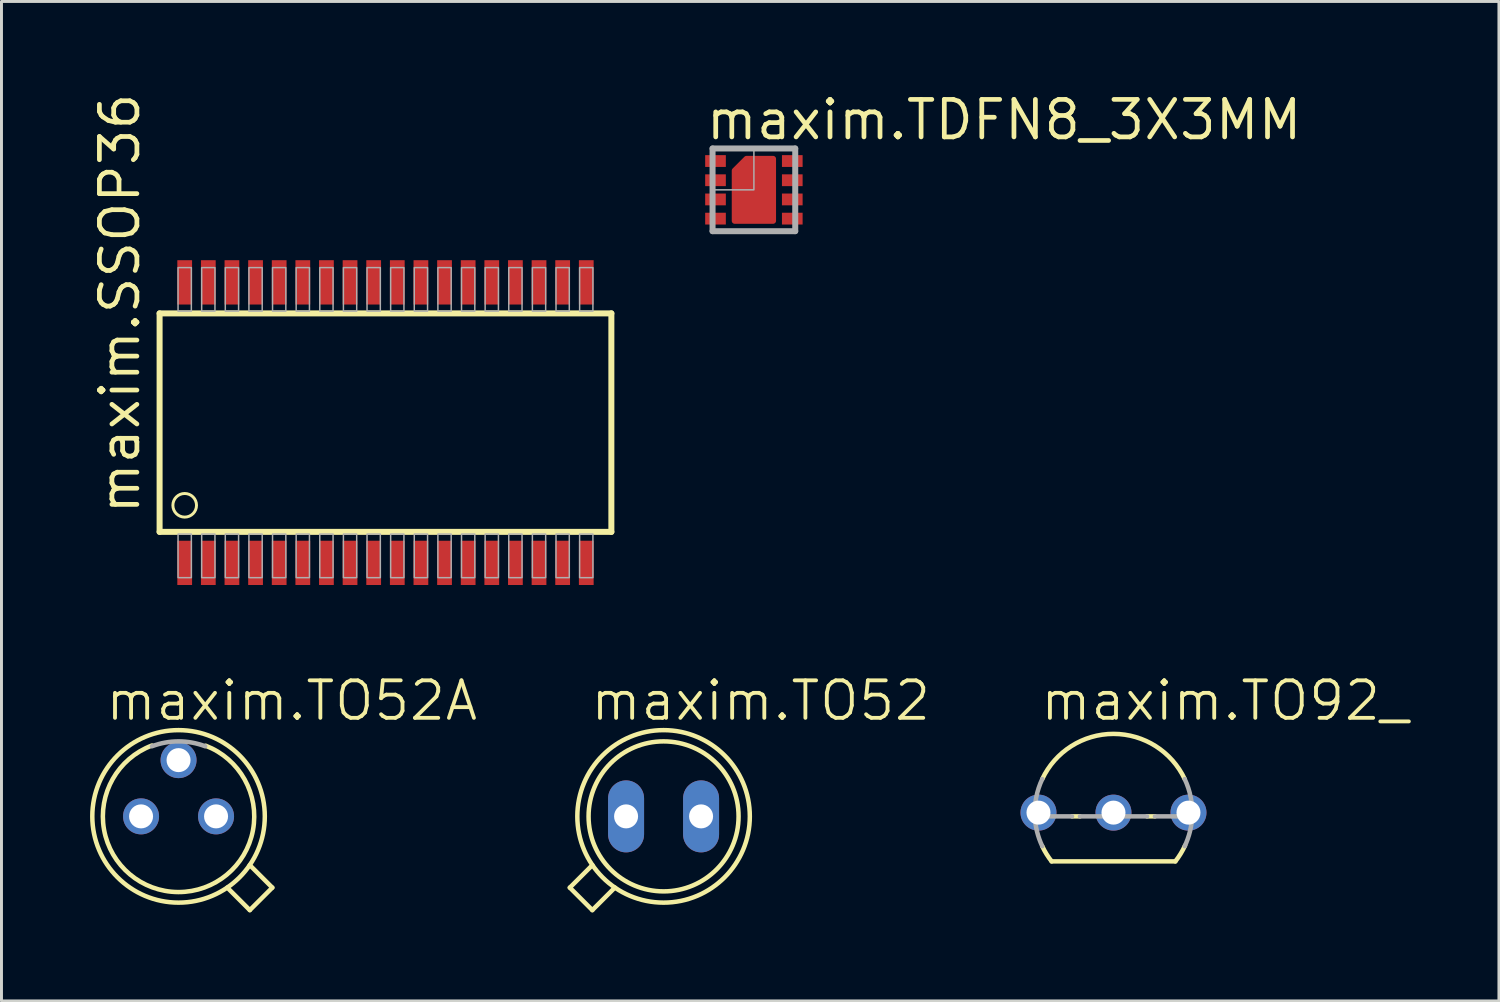
<source format=kicad_pcb>
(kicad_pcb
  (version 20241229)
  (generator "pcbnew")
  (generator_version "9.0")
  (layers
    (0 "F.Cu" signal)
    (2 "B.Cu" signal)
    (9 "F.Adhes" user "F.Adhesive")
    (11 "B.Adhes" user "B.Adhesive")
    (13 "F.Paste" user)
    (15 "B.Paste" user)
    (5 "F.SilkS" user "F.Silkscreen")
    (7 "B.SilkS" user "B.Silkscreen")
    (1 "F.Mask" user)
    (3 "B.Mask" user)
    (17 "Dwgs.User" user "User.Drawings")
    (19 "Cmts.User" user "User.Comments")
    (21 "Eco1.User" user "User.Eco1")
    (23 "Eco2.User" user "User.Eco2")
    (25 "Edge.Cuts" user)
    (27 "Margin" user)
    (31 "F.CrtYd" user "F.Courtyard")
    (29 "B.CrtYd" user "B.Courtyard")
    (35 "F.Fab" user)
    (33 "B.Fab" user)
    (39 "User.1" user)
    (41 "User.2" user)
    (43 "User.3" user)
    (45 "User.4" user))
  (footprint "maxim.SSOP36"
    (layer "F.Cu")
    (at 10.005 11.263)
    (property "Reference" "maxim.SSOP36" (at -8.255 3.175 90) (layer "F.SilkS") (effects (font (size 1.27 1.27) (thickness 0.16)) (justify left bottom)))
    (attr smd)
    (fp_line (start -7.65 -3.7) (end 7.65 -3.7) (stroke (width 0.203) (type default)) (layer "F.SilkS"))
    (fp_line (start -7.65 3.7) (end -7.65 -3.7) (stroke (width 0.203) (type default)) (layer "F.SilkS"))
    (fp_line (start 7.65 -3.7) (end 7.65 3.7) (stroke (width 0.203) (type default)) (layer "F.SilkS"))
    (fp_line (start 7.65 3.7) (end -7.65 3.7) (stroke (width 0.203) (type default)) (layer "F.SilkS"))
    (fp_circle (center -6.8 2.8) (end -6.4 2.8) (stroke (width 0.1) (type default)) (fill no) (layer "F.SilkS"))
    (fp_rect (start -7.025 -3.775) (end -6.575 -5.25) (stroke (width 0.05) (type default)) (fill no) (layer "F.Fab"))
    (fp_rect (start -7.025 5.25) (end -6.575 3.775) (stroke (width 0.05) (type default)) (fill no) (layer "F.Fab"))
    (fp_rect (start -6.225 -3.775) (end -5.775 -5.25) (stroke (width 0.05) (type default)) (fill no) (layer "F.Fab"))
    (fp_rect (start -6.225 5.25) (end -5.775 3.775) (stroke (width 0.05) (type default)) (fill no) (layer "F.Fab"))
    (fp_rect (start -5.425 -3.775) (end -4.975 -5.25) (stroke (width 0.05) (type default)) (fill no) (layer "F.Fab"))
    (fp_rect (start -5.425 5.25) (end -4.975 3.775) (stroke (width 0.05) (type default)) (fill no) (layer "F.Fab"))
    (fp_rect (start -4.625 -3.775) (end -4.175 -5.25) (stroke (width 0.05) (type default)) (fill no) (layer "F.Fab"))
    (fp_rect (start -4.625 5.25) (end -4.175 3.775) (stroke (width 0.05) (type default)) (fill no) (layer "F.Fab"))
    (fp_rect (start -3.825 -3.775) (end -3.375 -5.25) (stroke (width 0.05) (type default)) (fill no) (layer "F.Fab"))
    (fp_rect (start -3.825 5.25) (end -3.375 3.775) (stroke (width 0.05) (type default)) (fill no) (layer "F.Fab"))
    (fp_rect (start -3.025 -3.775) (end -2.575 -5.25) (stroke (width 0.05) (type default)) (fill no) (layer "F.Fab"))
    (fp_rect (start -3.025 5.25) (end -2.575 3.775) (stroke (width 0.05) (type default)) (fill no) (layer "F.Fab"))
    (fp_rect (start -2.225 -3.775) (end -1.775 -5.25) (stroke (width 0.05) (type default)) (fill no) (layer "F.Fab"))
    (fp_rect (start -2.225 5.25) (end -1.775 3.775) (stroke (width 0.05) (type default)) (fill no) (layer "F.Fab"))
    (fp_rect (start -1.425 -3.775) (end -0.975 -5.25) (stroke (width 0.05) (type default)) (fill no) (layer "F.Fab"))
    (fp_rect (start -1.425 5.25) (end -0.975 3.775) (stroke (width 0.05) (type default)) (fill no) (layer "F.Fab"))
    (fp_rect (start -0.625 -3.775) (end -0.175 -5.25) (stroke (width 0.05) (type default)) (fill no) (layer "F.Fab"))
    (fp_rect (start -0.625 5.25) (end -0.175 3.775) (stroke (width 0.05) (type default)) (fill no) (layer "F.Fab"))
    (fp_rect (start 0.175 -3.775) (end 0.625 -5.25) (stroke (width 0.05) (type default)) (fill no) (layer "F.Fab"))
    (fp_rect (start 0.175 5.25) (end 0.625 3.775) (stroke (width 0.05) (type default)) (fill no) (layer "F.Fab"))
    (fp_rect (start 0.975 -3.775) (end 1.425 -5.25) (stroke (width 0.05) (type default)) (fill no) (layer "F.Fab"))
    (fp_rect (start 0.975 5.25) (end 1.425 3.775) (stroke (width 0.05) (type default)) (fill no) (layer "F.Fab"))
    (fp_rect (start 1.775 -3.775) (end 2.225 -5.25) (stroke (width 0.05) (type default)) (fill no) (layer "F.Fab"))
    (fp_rect (start 1.775 5.25) (end 2.225 3.775) (stroke (width 0.05) (type default)) (fill no) (layer "F.Fab"))
    (fp_rect (start 2.575 -3.775) (end 3.025 -5.25) (stroke (width 0.05) (type default)) (fill no) (layer "F.Fab"))
    (fp_rect (start 2.575 5.25) (end 3.025 3.775) (stroke (width 0.05) (type default)) (fill no) (layer "F.Fab"))
    (fp_rect (start 3.375 -3.775) (end 3.825 -5.25) (stroke (width 0.05) (type default)) (fill no) (layer "F.Fab"))
    (fp_rect (start 3.375 5.25) (end 3.825 3.775) (stroke (width 0.05) (type default)) (fill no) (layer "F.Fab"))
    (fp_rect (start 4.175 -3.775) (end 4.625 -5.25) (stroke (width 0.05) (type default)) (fill no) (layer "F.Fab"))
    (fp_rect (start 4.175 5.25) (end 4.625 3.775) (stroke (width 0.05) (type default)) (fill no) (layer "F.Fab"))
    (fp_rect (start 4.975 -3.775) (end 5.425 -5.25) (stroke (width 0.05) (type default)) (fill no) (layer "F.Fab"))
    (fp_rect (start 4.975 5.25) (end 5.425 3.775) (stroke (width 0.05) (type default)) (fill no) (layer "F.Fab"))
    (fp_rect (start 5.775 -3.775) (end 6.225 -5.25) (stroke (width 0.05) (type default)) (fill no) (layer "F.Fab"))
    (fp_rect (start 5.775 5.25) (end 6.225 3.775) (stroke (width 0.05) (type default)) (fill no) (layer "F.Fab"))
    (fp_rect (start 6.575 -3.775) (end 7.025 -5.25) (stroke (width 0.05) (type default)) (fill no) (layer "F.Fab"))
    (fp_rect (start 6.575 5.25) (end 7.025 3.775) (stroke (width 0.05) (type default)) (fill no) (layer "F.Fab"))
    (pad "1" smd roundrect (at -6.8 4.75) (size 0.5 1.5) (layers "F.Cu" "F.Mask" "F.Paste") (roundrect_rratio 0.01))
    (pad "2" smd roundrect (at -6 4.75) (size 0.5 1.5) (layers "F.Cu" "F.Mask" "F.Paste") (roundrect_rratio 0.01))
    (pad "3" smd roundrect (at -5.2 4.75) (size 0.5 1.5) (layers "F.Cu" "F.Mask" "F.Paste") (roundrect_rratio 0.01))
    (pad "4" smd roundrect (at -4.4 4.75) (size 0.5 1.5) (layers "F.Cu" "F.Mask" "F.Paste") (roundrect_rratio 0.01))
    (pad "5" smd roundrect (at -3.6 4.75) (size 0.5 1.5) (layers "F.Cu" "F.Mask" "F.Paste") (roundrect_rratio 0.01))
    (pad "6" smd roundrect (at -2.8 4.75) (size 0.5 1.5) (layers "F.Cu" "F.Mask" "F.Paste") (roundrect_rratio 0.01))
    (pad "7" smd roundrect (at -2 4.75) (size 0.5 1.5) (layers "F.Cu" "F.Mask" "F.Paste") (roundrect_rratio 0.01))
    (pad "8" smd roundrect (at -1.2 4.75) (size 0.5 1.5) (layers "F.Cu" "F.Mask" "F.Paste") (roundrect_rratio 0.01))
    (pad "9" smd roundrect (at -0.4 4.75) (size 0.5 1.5) (layers "F.Cu" "F.Mask" "F.Paste") (roundrect_rratio 0.01))
    (pad "10" smd roundrect (at 0.4 4.75) (size 0.5 1.5) (layers "F.Cu" "F.Mask" "F.Paste") (roundrect_rratio 0.01))
    (pad "11" smd roundrect (at 1.2 4.75) (size 0.5 1.5) (layers "F.Cu" "F.Mask" "F.Paste") (roundrect_rratio 0.01))
    (pad "12" smd roundrect (at 2 4.75) (size 0.5 1.5) (layers "F.Cu" "F.Mask" "F.Paste") (roundrect_rratio 0.01))
    (pad "13" smd roundrect (at 2.8 4.75) (size 0.5 1.5) (layers "F.Cu" "F.Mask" "F.Paste") (roundrect_rratio 0.01))
    (pad "14" smd roundrect (at 3.6 4.75) (size 0.5 1.5) (layers "F.Cu" "F.Mask" "F.Paste") (roundrect_rratio 0.01))
    (pad "15" smd roundrect (at 4.4 4.75) (size 0.5 1.5) (layers "F.Cu" "F.Mask" "F.Paste") (roundrect_rratio 0.01))
    (pad "16" smd roundrect (at 5.2 4.75) (size 0.5 1.5) (layers "F.Cu" "F.Mask" "F.Paste") (roundrect_rratio 0.01))
    (pad "17" smd roundrect (at 6 4.75) (size 0.5 1.5) (layers "F.Cu" "F.Mask" "F.Paste") (roundrect_rratio 0.01))
    (pad "18" smd roundrect (at 6.8 4.75) (size 0.5 1.5) (layers "F.Cu" "F.Mask" "F.Paste") (roundrect_rratio 0.01))
    (pad "19" smd roundrect (at 6.8 -4.75 180) (size 0.5 1.5) (layers "F.Cu" "F.Mask" "F.Paste") (roundrect_rratio 0.01))
    (pad "20" smd roundrect (at 6 -4.75 180) (size 0.5 1.5) (layers "F.Cu" "F.Mask" "F.Paste") (roundrect_rratio 0.01))
    (pad "21" smd roundrect (at 5.2 -4.75 180) (size 0.5 1.5) (layers "F.Cu" "F.Mask" "F.Paste") (roundrect_rratio 0.01))
    (pad "22" smd roundrect (at 4.4 -4.75 180) (size 0.5 1.5) (layers "F.Cu" "F.Mask" "F.Paste") (roundrect_rratio 0.01))
    (pad "23" smd roundrect (at 3.6 -4.75 180) (size 0.5 1.5) (layers "F.Cu" "F.Mask" "F.Paste") (roundrect_rratio 0.01))
    (pad "24" smd roundrect (at 2.8 -4.75 180) (size 0.5 1.5) (layers "F.Cu" "F.Mask" "F.Paste") (roundrect_rratio 0.01))
    (pad "25" smd roundrect (at 2 -4.75 180) (size 0.5 1.5) (layers "F.Cu" "F.Mask" "F.Paste") (roundrect_rratio 0.01))
    (pad "26" smd roundrect (at 1.2 -4.75 180) (size 0.5 1.5) (layers "F.Cu" "F.Mask" "F.Paste") (roundrect_rratio 0.01))
    (pad "27" smd roundrect (at 0.4 -4.75 180) (size 0.5 1.5) (layers "F.Cu" "F.Mask" "F.Paste") (roundrect_rratio 0.01))
    (pad "28" smd roundrect (at -0.4 -4.75 180) (size 0.5 1.5) (layers "F.Cu" "F.Mask" "F.Paste") (roundrect_rratio 0.01))
    (pad "29" smd roundrect (at -1.2 -4.75 180) (size 0.5 1.5) (layers "F.Cu" "F.Mask" "F.Paste") (roundrect_rratio 0.01))
    (pad "30" smd roundrect (at -2 -4.75 180) (size 0.5 1.5) (layers "F.Cu" "F.Mask" "F.Paste") (roundrect_rratio 0.01))
    (pad "31" smd roundrect (at -2.8 -4.75 180) (size 0.5 1.5) (layers "F.Cu" "F.Mask" "F.Paste") (roundrect_rratio 0.01))
    (pad "32" smd roundrect (at -3.6 -4.75 180) (size 0.5 1.5) (layers "F.Cu" "F.Mask" "F.Paste") (roundrect_rratio 0.01))
    (pad "33" smd roundrect (at -4.4 -4.75 180) (size 0.5 1.5) (layers "F.Cu" "F.Mask" "F.Paste") (roundrect_rratio 0.01))
    (pad "34" smd roundrect (at -5.2 -4.75 180) (size 0.5 1.5) (layers "F.Cu" "F.Mask" "F.Paste") (roundrect_rratio 0.01))
    (pad "35" smd roundrect (at -6 -4.75 180) (size 0.5 1.5) (layers "F.Cu" "F.Mask" "F.Paste") (roundrect_rratio 0.01))
    (pad "36" smd roundrect (at -6.8 -4.75 180) (size 0.5 1.5) (layers "F.Cu" "F.Mask" "F.Paste") (roundrect_rratio 0.01)))
  (footprint "maxim.TO52"
    (layer "F.Cu")
    (at 19.423 24.598)
    (property "Reference" "maxim.TO52" (at -2.54 -3.175 0) (layer "F.SilkS") (effects (font (size 1.27 1.27) (thickness 0.13)) (justify left bottom)))
    (attr through_hole)
    (fp_line (start -3.175 2.413) (end -2.413 3.175) (stroke (width 0.152) (type default)) (layer "F.SilkS"))
    (fp_line (start -3.175 2.413) (end -2.411 1.649) (stroke (width 0.152) (type default)) (layer "F.SilkS"))
    (fp_line (start -2.413 3.175) (end -1.649 2.411) (stroke (width 0.152) (type default)) (layer "F.SilkS"))
    (fp_circle (center 0 0) (end 2.54 0) (stroke (width 0.152) (type default)) (fill no) (layer "F.SilkS"))
    (fp_circle (center 0 0) (end 2.921 0) (stroke (width 0.152) (type default)) (fill no) (layer "F.SilkS"))
    (pad "1" thru_hole oval (at -1.27 0 90) (size 2.438 1.219) (drill 0.813) (layers "*.Cu" "*.Mask"))
    (pad "2" thru_hole oval (at 1.27 0 90) (size 2.438 1.219) (drill 0.813) (layers "*.Cu" "*.Mask")))
  (footprint "maxim.TO92_"
    (layer "F.Cu")
    (at 34.66 24.471)
    (property "Reference" "maxim.TO92_" (at -2.54 -3.048 0) (layer "F.SilkS") (effects (font (size 1.27 1.27) (thickness 0.13)) (justify left bottom)))
    (attr through_hole)
    (fp_line (start -2.095 1.651) (end 2.095 1.651) (stroke (width 0.152) (type default)) (layer "F.SilkS"))
    (fp_line (start -1.136 0.127) (end -1.404 0.127) (stroke (width 0.152) (type default)) (layer "F.SilkS"))
    (fp_line (start 1.404 0.127) (end 1.136 0.127) (stroke (width 0.152) (type default)) (layer "F.SilkS"))
    (fp_arc (start -2.413 -1.1359) (mid 0 -2.66699) (end 2.413 -1.1359) (stroke (width 0.1524) (type default)) (layer "F.SilkS"))
    (fp_arc (start -2.095 1.651) (mid -2.268918 1.40252) (end -2.4135 1.1359) (stroke (width 0.1524) (type default)) (layer "F.SilkS"))
    (fp_arc (start 2.4247 1.1118) (mid 2.275878 1.391201) (end 2.095 1.651) (stroke (width 0.1524) (type default)) (layer "F.SilkS"))
    (fp_line (start -1.404 0.127) (end -2.664 0.127) (stroke (width 0.152) (type default)) (layer "F.Fab"))
    (fp_line (start 1.136 0.127) (end -1.136 0.127) (stroke (width 0.152) (type default)) (layer "F.Fab"))
    (fp_line (start 2.664 0.127) (end 1.404 0.127) (stroke (width 0.152) (type default)) (layer "F.Fab"))
    (fp_arc (start -2.664 0.127) (mid -2.615858 -0.519825) (end -2.413 -1.1359) (stroke (width 0.1524) (type default)) (layer "F.Fab"))
    (fp_arc (start -2.413 1.1359) (mid -2.588137 0.643799) (end -2.664 0.127) (stroke (width 0.1524) (type default)) (layer "F.Fab"))
    (fp_arc (start 2.413 -1.1359) (mid 2.615858 -0.519825) (end 2.664 0.127) (stroke (width 0.1524) (type default)) (layer "F.Fab"))
    (fp_arc (start 2.664 0.127) (mid 2.588137 0.643799) (end 2.413 1.1359) (stroke (width 0.1524) (type default)) (layer "F.Fab"))
    (pad "1" thru_hole circle (at -2.54 0) (size 1.219 1.219) (drill 0.813) (layers "*.Cu" "*.Mask"))
    (pad "2" thru_hole circle (at 0 0) (size 1.219 1.219) (drill 0.813) (layers "*.Cu" "*.Mask"))
    (pad "3" thru_hole circle (at 2.54 0) (size 1.219 1.219) (drill 0.813) (layers "*.Cu" "*.Mask")))
  (footprint "maxim.TO52A"
    (layer "F.Cu")
    (at 2.997 24.598)
    (property "Reference" "maxim.TO52A" (at -2.54 -3.175 0) (layer "F.SilkS") (effects (font (size 1.27 1.27) (thickness 0.13)) (justify left bottom)))
    (attr through_hole)
    (fp_line (start 2.413 3.175) (end 1.649 2.411) (stroke (width 0.152) (type default)) (layer "F.SilkS"))
    (fp_line (start 3.175 2.413) (end 2.411 1.649) (stroke (width 0.152) (type default)) (layer "F.SilkS"))
    (fp_line (start 3.175 2.413) (end 2.413 3.175) (stroke (width 0.152) (type default)) (layer "F.SilkS"))
    (fp_arc (start 0.918436 -2.393004) (mid -0.009859 2.563185) (end -0.9 -2.399999) (stroke (width 0.1524) (type default)) (layer "F.SilkS"))
    (fp_circle (center 0 0) (end 2.921 0) (stroke (width 0.152) (type default)) (fill no) (layer "F.SilkS"))
    (fp_arc (start -0.9008 -2.3749) (mid 0 -2.539998) (end 0.9008 -2.3749) (stroke (width 0.1524) (type default)) (layer "F.Fab"))
    (pad "1" thru_hole circle (at -1.27 0) (size 1.219 1.219) (drill 0.813) (layers "*.Cu" "*.Mask"))
    (pad "2" thru_hole circle (at 0 -1.905) (size 1.219 1.219) (drill 0.813) (layers "*.Cu" "*.Mask"))
    (pad "3" thru_hole circle (at 1.27 0) (size 1.219 1.219) (drill 0.813) (layers "*.Cu" "*.Mask")))
  (footprint "maxim.TDFN8_3X3MM"
    (layer "F.Cu")
    (at 22.482 3.379)
    (property "Reference" "maxim.TDFN8_3X3MM" (at -1.7 -1.629 0) (layer "F.SilkS") (effects (font (size 1.27 1.27) (thickness 0.16)) (justify left bottom)))
    (attr smd)
    (fp_poly (pts (xy 0.65 1.05) (xy -0.65 1.05) (xy -0.65 -0.65) (xy -0.25 -1.05) (xy 0.65 -1.05)) (stroke (width 0.2) (type default)) (fill yes) (layer "F.Cu"))
    (fp_rect (start -1.7 -0.75) (end -0.9 -1.2) (stroke (width 0.05) (type default)) (fill yes) (layer "F.Mask"))
    (fp_rect (start -1.7 -0.1) (end -0.9 -0.55) (stroke (width 0.05) (type default)) (fill yes) (layer "F.Mask"))
    (fp_rect (start -1.7 0.55) (end -0.9 0.1) (stroke (width 0.05) (type default)) (fill yes) (layer "F.Mask"))
    (fp_rect (start -1.7 1.2) (end -0.9 0.75) (stroke (width 0.05) (type default)) (fill yes) (layer "F.Mask"))
    (fp_rect (start 0.9 -0.75) (end 1.7 -1.2) (stroke (width 0.05) (type default)) (fill yes) (layer "F.Mask"))
    (fp_rect (start 0.9 -0.1) (end 1.7 -0.55) (stroke (width 0.05) (type default)) (fill yes) (layer "F.Mask"))
    (fp_rect (start 0.9 0.55) (end 1.7 0.1) (stroke (width 0.05) (type default)) (fill yes) (layer "F.Mask"))
    (fp_rect (start 0.9 1.2) (end 1.7 0.75) (stroke (width 0.05) (type default)) (fill yes) (layer "F.Mask"))
    (fp_poly (pts (xy 0.65 1.05) (xy -0.65 1.05) (xy -0.65 -0.65) (xy -0.25 -1.05) (xy 0.65 -1.05)) (stroke (width 0.25) (type default)) (fill yes) (layer "F.Mask"))
    (fp_rect (start -1.5 -0.825) (end -1.1 -1.125) (stroke (width 0.05) (type default)) (fill yes) (layer "F.Paste"))
    (fp_rect (start -1.5 -0.175) (end -1.1 -0.475) (stroke (width 0.05) (type default)) (fill yes) (layer "F.Paste"))
    (fp_rect (start -1.5 0.475) (end -1.1 0.175) (stroke (width 0.05) (type default)) (fill yes) (layer "F.Paste"))
    (fp_rect (start -1.5 1.125) (end -1.1 0.825) (stroke (width 0.05) (type default)) (fill yes) (layer "F.Paste"))
    (fp_rect (start 1.1 -0.825) (end 1.5 -1.125) (stroke (width 0.05) (type default)) (fill yes) (layer "F.Paste"))
    (fp_rect (start 1.1 -0.175) (end 1.5 -0.475) (stroke (width 0.05) (type default)) (fill yes) (layer "F.Paste"))
    (fp_rect (start 1.1 0.475) (end 1.5 0.175) (stroke (width 0.05) (type default)) (fill yes) (layer "F.Paste"))
    (fp_rect (start 1.1 1.125) (end 1.5 0.825) (stroke (width 0.05) (type default)) (fill yes) (layer "F.Paste"))
    (fp_line (start -1.4 -1.4) (end 1.4 -1.4) (stroke (width 0.203) (type default)) (layer "F.Fab"))
    (fp_line (start -1.4 1.4) (end -1.4 -1.4) (stroke (width 0.203) (type default)) (layer "F.Fab"))
    (fp_line (start 1.4 -1.4) (end 1.4 1.4) (stroke (width 0.203) (type default)) (layer "F.Fab"))
    (fp_line (start 1.4 1.4) (end -1.4 1.4) (stroke (width 0.203) (type default)) (layer "F.Fab"))
    (fp_rect (start -1.4 0) (end 0 -1.4) (stroke (width 0.05) (type default)) (fill no) (layer "F.Fab"))
    (pad "1" smd roundrect (at -1.3 -0.975) (size 0.7 0.4) (layers "F.Cu" "F.Mask" "F.Paste") (roundrect_rratio 0.01))
    (pad "2" smd roundrect (at -1.3 -0.325) (size 0.7 0.4) (layers "F.Cu" "F.Mask" "F.Paste") (roundrect_rratio 0.01))
    (pad "3" smd roundrect (at -1.3 0.325) (size 0.7 0.4) (layers "F.Cu" "F.Mask" "F.Paste") (roundrect_rratio 0.01))
    (pad "4" smd roundrect (at -1.3 0.975) (size 0.7 0.4) (layers "F.Cu" "F.Mask" "F.Paste") (roundrect_rratio 0.01))
    (pad "5" smd roundrect (at 1.3 0.975 180) (size 0.7 0.4) (layers "F.Cu" "F.Mask" "F.Paste") (roundrect_rratio 0.01))
    (pad "6" smd roundrect (at 1.3 0.325 180) (size 0.7 0.4) (layers "F.Cu" "F.Mask" "F.Paste") (roundrect_rratio 0.01))
    (pad "7" smd roundrect (at 1.3 -0.325 180) (size 0.7 0.4) (layers "F.Cu" "F.Mask" "F.Paste") (roundrect_rratio 0.01))
    (pad "8" smd roundrect (at 1.3 -0.975 180) (size 0.7 0.4) (layers "F.Cu" "F.Mask" "F.Paste") (roundrect_rratio 0.01))
    (pad "TH" smd roundrect (at 0 0 180) (size 1 1) (layers "F.Cu" "F.Mask" "F.Paste") (roundrect_rratio 0.01)))
  (gr_rect
    (start -3 -3)
    (end 47.714 30.849)
    (stroke (width 0.1) (type default))
    (fill no)
    (layer "Edge.Cuts")))
</source>
